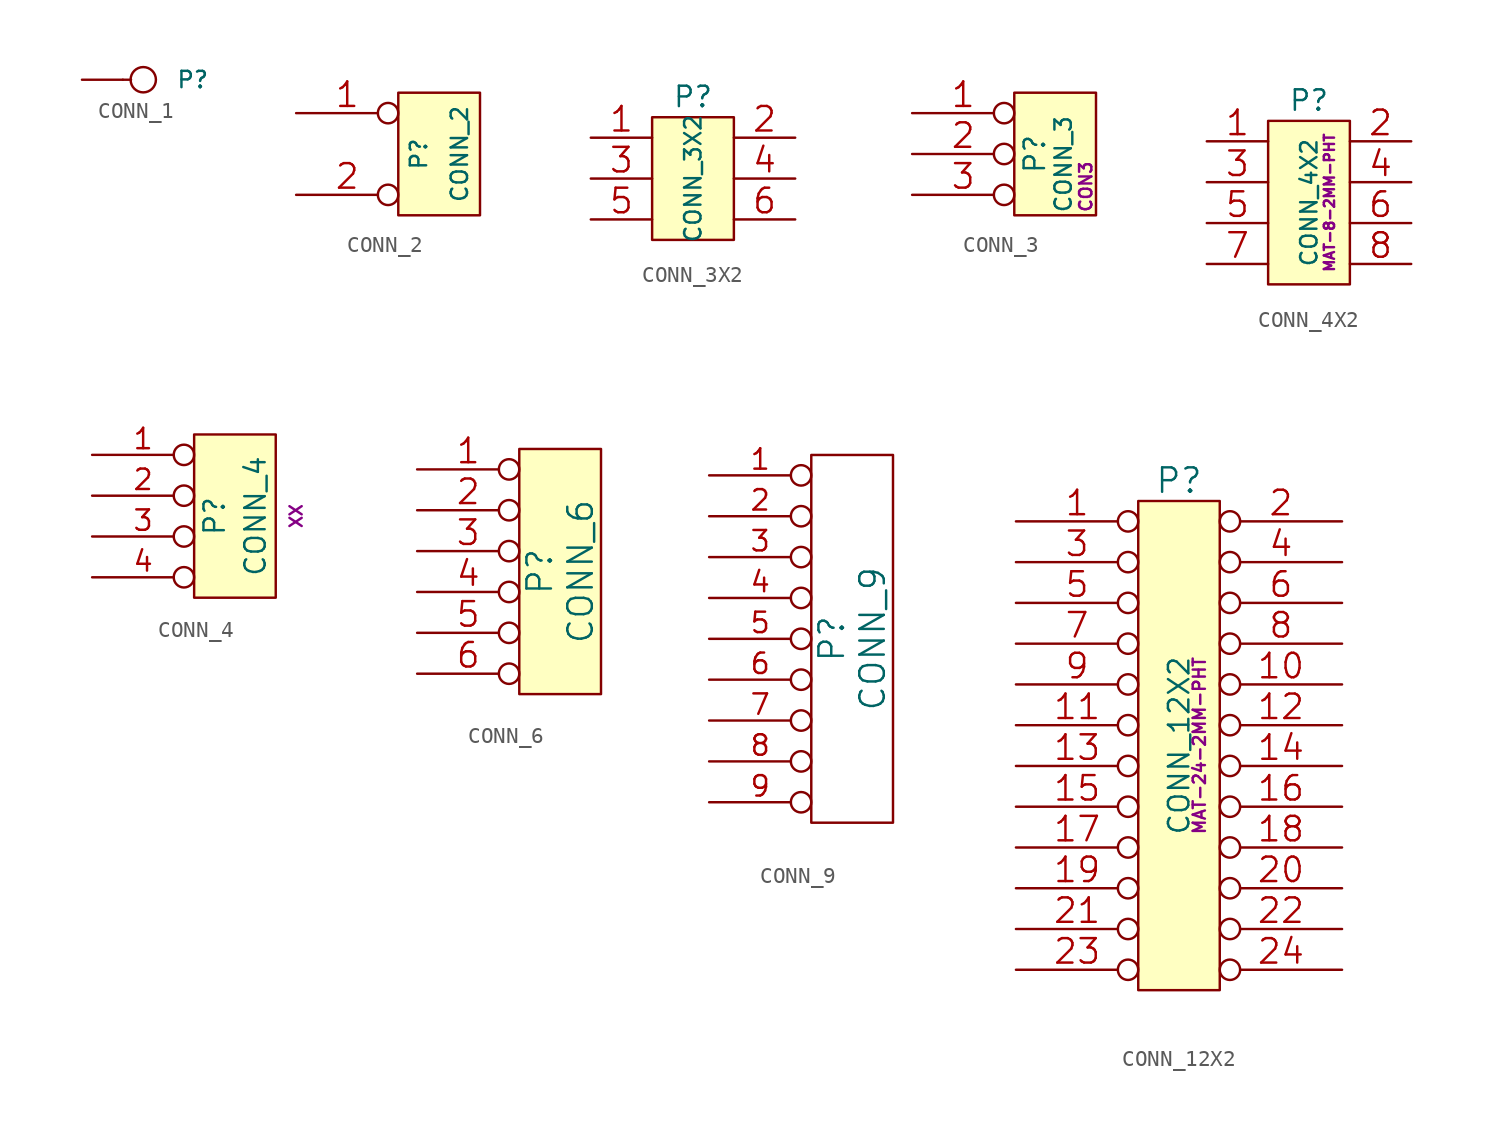
<source format=kicad_sym>
(kicad_symbol_lib
  (version 20220914)
  (generator kicad_symbol_editor)
  (symbol "CONN_1"
    (pin_numbers hide)
    (pin_names
      (offset 0.762) hide)
    (property "Reference" "P"
      (at 2.032 0 0)
      (effects (font (size 1.016 1.016)) (justify left)))
    (property "Footprint" ""
      (at 0 0 0)
      (effects (font (size 1.524 1.524))))
    (property "Datasheet" ""
      (at 0 0 0)
      (effects (font (size 1.524 1.524))))
    (symbol "CONN_1_0_1"
      (polyline (pts (xy -0.762 0) (xy -1.27 0)) (stroke (width 0) (type default)) (fill (type none)))
      (circle (center 0 0) (radius 0.787) (stroke (width 0) (type default)) (fill (type none))))
    (symbol "CONN_1_1_1"
      (pin passive line (at -3.81 0 0) (length 2.54) (name "1" (effects (font (size 1.524 1.524)))) (number "1" (effects (font (size 1.524 1.524)))))))
  (symbol "CONN_2"
    (pin_names
      (offset 1.016) hide)
    (property "Reference" "P"
      (at -1.27 0 90)
      (effects (font (size 1.016 1.016))))
    (property "Value" "CONN_2"
      (at 1.27 0 90)
      (effects (font (size 1.016 1.016))))
    (property "Footprint" ""
      (at 0 0 0)
      (effects (font (size 1.524 1.524))))
    (property "Datasheet" ""
      (at 0 0 0)
      (effects (font (size 1.524 1.524))))
    (symbol "CONN_2_0_1"
      (rectangle (start -2.54 3.81) (end 2.54 -3.81) (stroke (width 0) (type default)) (fill (type background))))
    (symbol "CONN_2_1_1"
      (pin passive inverted (at -8.89 2.54 0) (length 6.35) (name "P1" (effects (font (size 1.524 1.524)))) (number "1" (effects (font (size 1.524 1.524)))))
      (pin passive inverted (at -8.89 -2.54 0) (length 6.35) (name "PM" (effects (font (size 1.524 1.524)))) (number "2" (effects (font (size 1.524 1.524)))))))
  (symbol "CONN_3X2"
    (pin_names
      (offset 1.016) hide)
    (property "Reference" "P"
      (at 0 6.35 0)
      (effects (font (size 1.27 1.27))))
    (property "Value" "CONN_3X2"
      (at 0 1.27 90)
      (effects (font (size 1.016 1.016))))
    (property "Footprint" ""
      (at 0 0 0)
      (effects (font (size 1.524 1.524))))
    (property "Datasheet" ""
      (at 0 0 0)
      (effects (font (size 1.524 1.524))))
    (symbol "CONN_3X2_0_1"
      (rectangle (start -2.54 5.08) (end 2.54 -2.54) (stroke (width 0) (type default)) (fill (type background))))
    (symbol "CONN_3X2_1_1"
      (pin passive line (at -6.35 3.81 0) (length 3.81) (name "1" (effects (font (size 1.524 1.524)))) (number "1" (effects (font (size 1.524 1.524)))))
      (pin passive line (at 6.35 3.81 180) (length 3.81) (name "2" (effects (font (size 1.524 1.524)))) (number "2" (effects (font (size 1.524 1.524)))))
      (pin passive line (at -6.35 1.27 0) (length 3.81) (name "3" (effects (font (size 1.524 1.524)))) (number "3" (effects (font (size 1.524 1.524)))))
      (pin passive line (at 6.35 1.27 180) (length 3.81) (name "4" (effects (font (size 1.524 1.524)))) (number "4" (effects (font (size 1.524 1.524)))))
      (pin passive line (at -6.35 -1.27 0) (length 3.81) (name "5" (effects (font (size 1.524 1.524)))) (number "5" (effects (font (size 1.524 1.524)))))
      (pin passive line (at 6.35 -1.27 180) (length 3.81) (name "6" (effects (font (size 1.524 1.524)))) (number "6" (effects (font (size 1.524 1.524)))))))
  (symbol "CONN_3"
    (pin_names
      (offset 1.016) hide)
    (property "Reference" "P"
      (at -1.27 0 90)
      (effects (font (size 1.27 1.27))))
    (property "Value" "CONN_3"
      (at 0.508 -0.635 90)
      (effects (font (size 1.016 1.016))))
    (property "Footprint" "CON3"
      (at 1.905 -2.032 90)
      (effects (font (size 0.762 0.762))))
    (property "Datasheet" ""
      (at 0 0 0)
      (effects (font (size 1.524 1.524))))
    (symbol "CONN_3_0_1"
      (rectangle (start -2.54 3.81) (end 2.54 -3.81) (stroke (width 0) (type default)) (fill (type background))))
    (symbol "CONN_3_1_1"
      (pin passive inverted (at -8.89 2.54 0) (length 6.35) (name "P1" (effects (font (size 1.524 1.524)))) (number "1" (effects (font (size 1.524 1.524)))))
      (pin passive inverted (at -8.89 0 0) (length 6.35) (name "PM" (effects (font (size 1.524 1.524)))) (number "2" (effects (font (size 1.524 1.524)))))
      (pin passive inverted (at -8.89 -2.54 0) (length 6.35) (name "P3" (effects (font (size 1.524 1.524)))) (number "3" (effects (font (size 1.524 1.524)))))))
  (symbol "CONN_4X2"
    (pin_names
      (offset 0.254) hide)
    (property "Reference" "P"
      (at 0 6.35 0)
      (effects (font (size 1.27 1.27))))
    (property "Value" "CONN_4X2"
      (at 0 0 90)
      (effects (font (size 1.016 1.016))))
    (property "Footprint" "MAT-8-2MM-PHT"
      (at 1.27 0 90)
      (effects (font (size 0.635 0.635))))
    (property "Datasheet" ""
      (at 0 0 0)
      (effects (font (size 1.524 1.524))))
    (symbol "CONN_4X2_0_1"
      (rectangle (start -2.54 5.08) (end 2.54 -5.08) (stroke (width 0) (type default)) (fill (type background))))
    (symbol "CONN_4X2_1_1"
      (pin passive line (at -6.35 3.81 0) (length 3.81) (name "1" (effects (font (size 1.524 1.524)))) (number "1" (effects (font (size 1.524 1.524)))))
      (pin passive line (at 6.35 3.81 180) (length 3.81) (name "2" (effects (font (size 1.524 1.524)))) (number "2" (effects (font (size 1.524 1.524)))))
      (pin passive line (at -6.35 1.27 0) (length 3.81) (name "3" (effects (font (size 1.524 1.524)))) (number "3" (effects (font (size 1.524 1.524)))))
      (pin passive line (at 6.35 1.27 180) (length 3.81) (name "4" (effects (font (size 1.524 1.524)))) (number "4" (effects (font (size 1.524 1.524)))))
      (pin passive line (at -6.35 -1.27 0) (length 3.81) (name "5" (effects (font (size 1.524 1.524)))) (number "5" (effects (font (size 1.524 1.524)))))
      (pin passive line (at 6.35 -1.27 180) (length 3.81) (name "6" (effects (font (size 1.524 1.524)))) (number "6" (effects (font (size 1.524 1.524)))))
      (pin passive line (at -6.35 -3.81 0) (length 3.81) (name "7" (effects (font (size 1.524 1.524)))) (number "7" (effects (font (size 1.524 1.524)))))
      (pin passive line (at 6.35 -3.81 180) (length 3.81) (name "8" (effects (font (size 1.524 1.524)))) (number "8" (effects (font (size 1.524 1.524)))))))
  (symbol "CONN_4"
    (pin_names
      (offset 1.016) hide)
    (property "Reference" "P"
      (at -1.27 0 90)
      (effects (font (size 1.27 1.27))))
    (property "Value" "CONN_4"
      (at 1.27 0 90)
      (effects (font (size 1.27 1.27))))
    (property "Footprint" "XX"
      (at 3.81 0 90)
      (effects (font (size 0.762 0.762))))
    (property "Datasheet" ""
      (at 0 0 0)
      (effects (font (size 1.524 1.524))))
    (symbol "CONN_4_0_1"
      (rectangle (start -2.54 5.08) (end 2.54 -5.08) (stroke (width 0) (type default)) (fill (type background))))
    (symbol "CONN_4_1_1"
      (pin passive inverted (at -8.89 3.81 0) (length 6.35) (name "P1" (effects (font (size 1.27 1.27)))) (number "1" (effects (font (size 1.27 1.27)))))
      (pin passive inverted (at -8.89 1.27 0) (length 6.35) (name "P2" (effects (font (size 1.27 1.27)))) (number "2" (effects (font (size 1.27 1.27)))))
      (pin passive inverted (at -8.89 -1.27 0) (length 6.35) (name "P3" (effects (font (size 1.27 1.27)))) (number "3" (effects (font (size 1.27 1.27)))))
      (pin passive inverted (at -8.89 -3.81 0) (length 6.35) (name "P4" (effects (font (size 1.27 1.27)))) (number "4" (effects (font (size 1.27 1.27)))))))
  (symbol "CONN_6"
    (pin_names
      (offset 0.762) hide)
    (property "Reference" "P"
      (at -1.27 0 90)
      (effects (font (size 1.524 1.524))))
    (property "Value" "CONN_6"
      (at 1.27 0 90)
      (effects (font (size 1.524 1.524))))
    (property "Footprint" ""
      (at 0 0 0)
      (effects (font (size 1.524 1.524))))
    (property "Datasheet" ""
      (at 0 0 0)
      (effects (font (size 1.524 1.524))))
    (symbol "CONN_6_0_1"
      (rectangle (start -2.54 7.62) (end 2.54 -7.62) (stroke (width 0) (type default)) (fill (type background))))
    (symbol "CONN_6_1_1"
      (pin passive inverted (at -8.89 6.35 0) (length 6.35) (name "1" (effects (font (size 1.524 1.524)))) (number "1" (effects (font (size 1.524 1.524)))))
      (pin passive inverted (at -8.89 3.81 0) (length 6.35) (name "2" (effects (font (size 1.524 1.524)))) (number "2" (effects (font (size 1.524 1.524)))))
      (pin passive inverted (at -8.89 1.27 0) (length 6.35) (name "3" (effects (font (size 1.524 1.524)))) (number "3" (effects (font (size 1.524 1.524)))))
      (pin passive inverted (at -8.89 -1.27 0) (length 6.35) (name "4" (effects (font (size 1.524 1.524)))) (number "4" (effects (font (size 1.524 1.524)))))
      (pin passive inverted (at -8.89 -3.81 0) (length 6.35) (name "5" (effects (font (size 1.524 1.524)))) (number "5" (effects (font (size 1.524 1.524)))))
      (pin passive inverted (at -8.89 -6.35 0) (length 6.35) (name "6" (effects (font (size 1.524 1.524)))) (number "6" (effects (font (size 1.524 1.524)))))))
  (symbol "CONN_9"
    (pin_names
      (offset 1.016) hide)
    (property "Reference" "P"
      (at -1.27 0 90)
      (effects (font (size 1.524 1.524))))
    (property "Value" "CONN_9"
      (at 1.27 0 90)
      (effects (font (size 1.524 1.524))))
    (property "Footprint" ""
      (at 0 0 0)
      (effects (font (size 1.524 1.524))))
    (property "Datasheet" ""
      (at 0 0 0)
      (effects (font (size 1.524 1.524))))
    (symbol "CONN_9_0_1"
      (rectangle (start -2.54 11.43) (end 2.54 -11.43) (stroke (width 0) (type default)) (fill (type none))))
    (symbol "CONN_9_1_1"
      (pin passive inverted (at -8.89 10.16 0) (length 6.35) (name "P1" (effects (font (size 1.27 1.27)))) (number "1" (effects (font (size 1.27 1.27)))))
      (pin passive inverted (at -8.89 7.62 0) (length 6.35) (name "P2" (effects (font (size 1.27 1.27)))) (number "2" (effects (font (size 1.27 1.27)))))
      (pin passive inverted (at -8.89 5.08 0) (length 6.35) (name "P3" (effects (font (size 1.27 1.27)))) (number "3" (effects (font (size 1.27 1.27)))))
      (pin passive inverted (at -8.89 2.54 0) (length 6.35) (name "P4" (effects (font (size 1.27 1.27)))) (number "4" (effects (font (size 1.27 1.27)))))
      (pin passive inverted (at -8.89 0 0) (length 6.35) (name "P5" (effects (font (size 1.27 1.27)))) (number "5" (effects (font (size 1.27 1.27)))))
      (pin passive inverted (at -8.89 -2.54 0) (length 6.35) (name "P6" (effects (font (size 1.27 1.27)))) (number "6" (effects (font (size 1.27 1.27)))))
      (pin passive inverted (at -8.89 -5.08 0) (length 6.35) (name "P7" (effects (font (size 1.27 1.27)))) (number "7" (effects (font (size 1.27 1.27)))))
      (pin passive inverted (at -8.89 -7.62 0) (length 6.35) (name "P8" (effects (font (size 1.27 1.27)))) (number "8" (effects (font (size 1.27 1.27)))))
      (pin passive inverted (at -8.89 -10.16 0) (length 6.35) (name "P9" (effects (font (size 1.27 1.27)))) (number "9" (effects (font (size 1.27 1.27)))))))
  (symbol "CONN_12X2"
    (pin_names
      (offset 0.254) hide)
    (property "Reference" "P"
      (at 0 16.51 0)
      (effects (font (size 1.524 1.524))))
    (property "Value" "CONN_12X2"
      (at 0 0 90)
      (effects (font (size 1.27 1.27))))
    (property "Footprint" "MAT-24-2MM-PHT"
      (at 1.27 0 90)
      (effects (font (size 0.762 0.762))))
    (property "Datasheet" ""
      (at 0 0 0)
      (effects (font (size 1.524 1.524))))
    (symbol "CONN_12X2_0_1"
      (rectangle (start -2.54 15.24) (end 2.54 -15.24) (stroke (width 0) (type default)) (fill (type background))))
    (symbol "CONN_12X2_1_1"
      (pin passive inverted (at -10.16 13.97 0) (length 7.62) (name "P1" (effects (font (size 0.762 0.762)))) (number "1" (effects (font (size 1.524 1.524)))))
      (pin passive inverted (at 10.16 3.81 180) (length 7.62) (name "P10" (effects (font (size 0.762 0.762)))) (number "10" (effects (font (size 1.524 1.524)))))
      (pin passive inverted (at -10.16 1.27 0) (length 7.62) (name "P11" (effects (font (size 0.762 0.762)))) (number "11" (effects (font (size 1.524 1.524)))))
      (pin passive inverted (at 10.16 1.27 180) (length 7.62) (name "P12" (effects (font (size 0.762 0.762)))) (number "12" (effects (font (size 1.524 1.524)))))
      (pin passive inverted (at -10.16 -1.27 0) (length 7.62) (name "P13" (effects (font (size 0.762 0.762)))) (number "13" (effects (font (size 1.524 1.524)))))
      (pin passive inverted (at 10.16 -1.27 180) (length 7.62) (name "P14" (effects (font (size 0.762 0.762)))) (number "14" (effects (font (size 1.524 1.524)))))
      (pin passive inverted (at -10.16 -3.81 0) (length 7.62) (name "P15" (effects (font (size 0.762 0.762)))) (number "15" (effects (font (size 1.524 1.524)))))
      (pin passive inverted (at 10.16 -3.81 180) (length 7.62) (name "P16" (effects (font (size 0.762 0.762)))) (number "16" (effects (font (size 1.524 1.524)))))
      (pin passive inverted (at -10.16 -6.35 0) (length 7.62) (name "P17" (effects (font (size 0.762 0.762)))) (number "17" (effects (font (size 1.524 1.524)))))
      (pin passive inverted (at 10.16 -6.35 180) (length 7.62) (name "P18" (effects (font (size 0.762 0.762)))) (number "18" (effects (font (size 1.524 1.524)))))
      (pin passive inverted (at -10.16 -8.89 0) (length 7.62) (name "P19" (effects (font (size 0.762 0.762)))) (number "19" (effects (font (size 1.524 1.524)))))
      (pin passive inverted (at 10.16 13.97 180) (length 7.62) (name "P2" (effects (font (size 0.762 0.762)))) (number "2" (effects (font (size 1.524 1.524)))))
      (pin passive inverted (at 10.16 -8.89 180) (length 7.62) (name "P20" (effects (font (size 0.762 0.762)))) (number "20" (effects (font (size 1.524 1.524)))))
      (pin passive inverted (at -10.16 -11.43 0) (length 7.62) (name "P21" (effects (font (size 0.762 0.762)))) (number "21" (effects (font (size 1.524 1.524)))))
      (pin passive inverted (at 10.16 -11.43 180) (length 7.62) (name "P22" (effects (font (size 0.762 0.762)))) (number "22" (effects (font (size 1.524 1.524)))))
      (pin passive inverted (at -10.16 -13.97 0) (length 7.62) (name "P23" (effects (font (size 0.762 0.762)))) (number "23" (effects (font (size 1.524 1.524)))))
      (pin passive inverted (at 10.16 -13.97 180) (length 7.62) (name "P24" (effects (font (size 0.762 0.762)))) (number "24" (effects (font (size 1.524 1.524)))))
      (pin passive inverted (at -10.16 11.43 0) (length 7.62) (name "P3" (effects (font (size 0.762 0.762)))) (number "3" (effects (font (size 1.524 1.524)))))
      (pin passive inverted (at 10.16 11.43 180) (length 7.62) (name "P4" (effects (font (size 0.762 0.762)))) (number "4" (effects (font (size 1.524 1.524)))))
      (pin passive inverted (at -10.16 8.89 0) (length 7.62) (name "P5" (effects (font (size 0.762 0.762)))) (number "5" (effects (font (size 1.524 1.524)))))
      (pin passive inverted (at 10.16 8.89 180) (length 7.62) (name "P6" (effects (font (size 0.762 0.762)))) (number "6" (effects (font (size 1.524 1.524)))))
      (pin passive inverted (at -10.16 6.35 0) (length 7.62) (name "P7" (effects (font (size 0.762 0.762)))) (number "7" (effects (font (size 1.524 1.524)))))
      (pin passive inverted (at 10.16 6.35 180) (length 7.62) (name "P8" (effects (font (size 0.762 0.762)))) (number "8" (effects (font (size 1.524 1.524)))))
      (pin passive inverted (at -10.16 3.81 0) (length 7.62) (name "P9" (effects (font (size 0.762 0.762)))) (number "9" (effects (font (size 1.524 1.524))))))))
</source>
